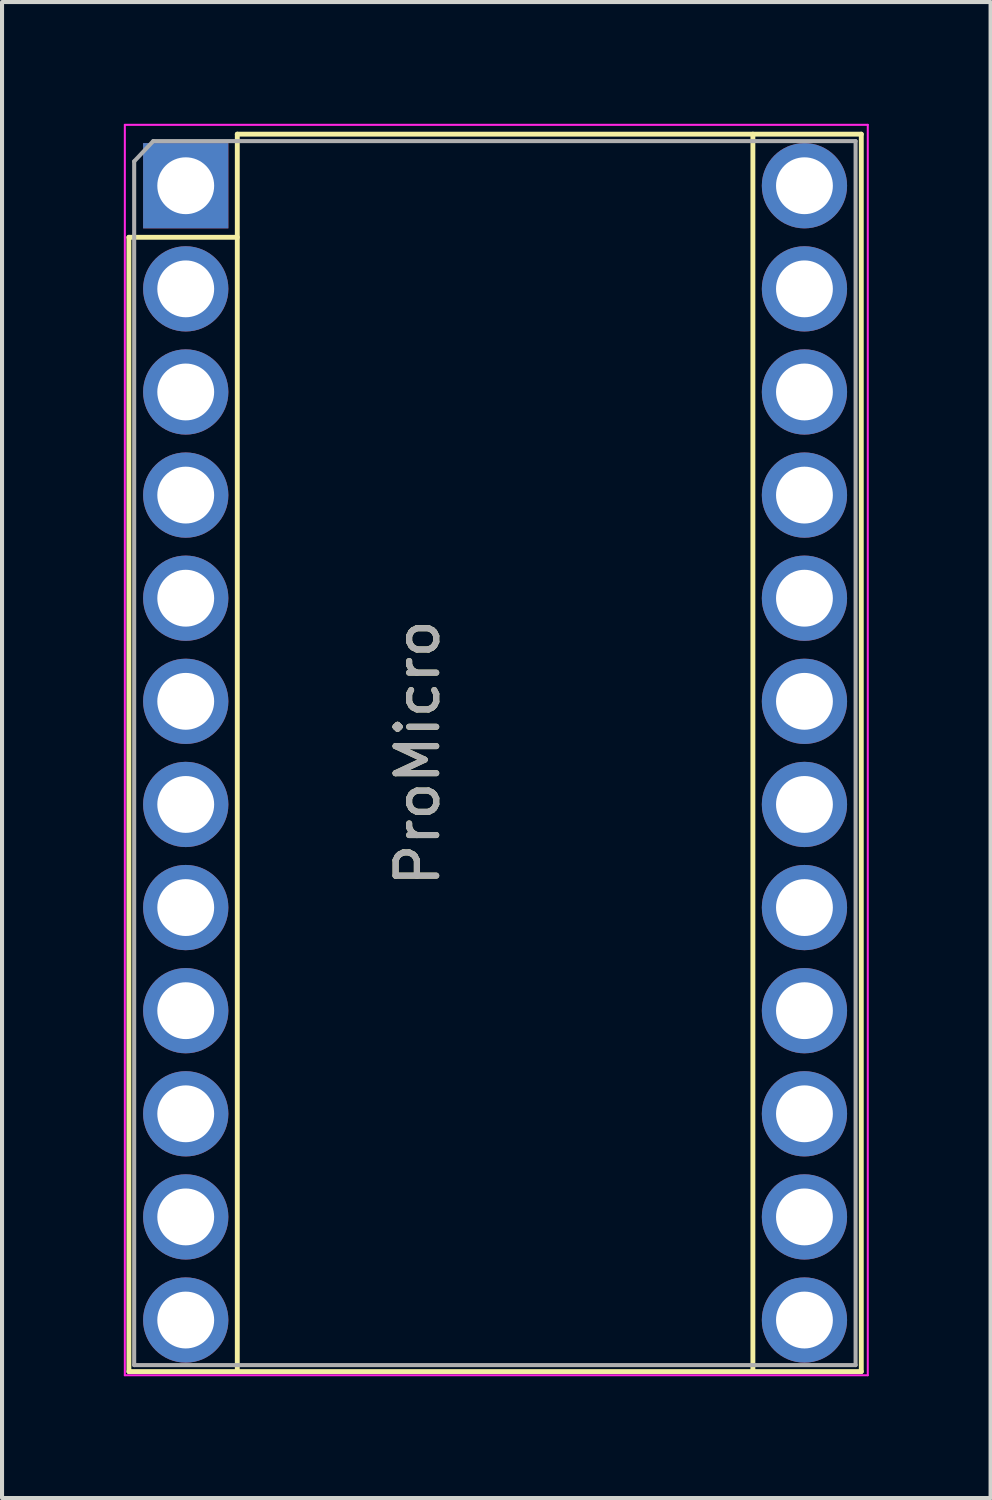
<source format=kicad_pcb>
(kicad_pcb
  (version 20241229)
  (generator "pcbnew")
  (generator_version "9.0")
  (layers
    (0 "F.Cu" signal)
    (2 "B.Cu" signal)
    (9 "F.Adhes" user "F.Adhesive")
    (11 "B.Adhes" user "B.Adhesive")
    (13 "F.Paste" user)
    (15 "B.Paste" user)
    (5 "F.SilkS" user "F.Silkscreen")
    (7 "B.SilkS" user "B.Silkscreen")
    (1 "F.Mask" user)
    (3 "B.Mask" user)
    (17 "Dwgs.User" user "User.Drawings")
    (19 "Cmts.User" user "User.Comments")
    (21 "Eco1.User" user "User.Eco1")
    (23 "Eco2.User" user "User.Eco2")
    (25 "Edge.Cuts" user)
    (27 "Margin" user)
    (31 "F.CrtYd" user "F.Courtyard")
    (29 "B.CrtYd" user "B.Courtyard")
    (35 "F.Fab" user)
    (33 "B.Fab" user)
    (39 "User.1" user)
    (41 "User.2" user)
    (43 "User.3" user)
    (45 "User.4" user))
  (footprint "ProMicro"
    (layer "F.Cu")
    (at 1.525 1.525)
    (property "Reference" "ProMicro" (at 5.715 13.97 90) (layer "F.SilkS") (effects (font (size 1 1) (thickness 0.15))))
    (attr exclude_from_pos_files exclude_from_bom)
    (fp_line (start -1.4 1.27) (end -1.4 29.21) (stroke (width 0.12) (type solid)) (layer "F.SilkS"))
    (fp_line (start -1.4 29.21) (end 16.64 29.21) (stroke (width 0.12) (type solid)) (layer "F.SilkS"))
    (fp_line (start 1.27 -1.27) (end 1.27 29.21) (stroke (width 0.12) (type solid)) (layer "F.SilkS"))
    (fp_line (start 1.27 1.27) (end -1.4 1.27) (stroke (width 0.12) (type solid)) (layer "F.SilkS"))
    (fp_line (start 13.97 -1.27) (end 13.97 29.21) (stroke (width 0.12) (type solid)) (layer "F.SilkS"))
    (fp_line (start 16.64 -1.27) (end 1.27 -1.27) (stroke (width 0.12) (type solid)) (layer "F.SilkS"))
    (fp_line (start 16.64 29.21) (end 16.64 -1.27) (stroke (width 0.12) (type solid)) (layer "F.SilkS"))
    (fp_line (start -1.5 -1.5) (end -1.5 29.3) (stroke (width 0.05) (type solid)) (layer "F.CrtYd"))
    (fp_line (start -1.5 -1.5) (end 16.8 -1.5) (stroke (width 0.05) (type solid)) (layer "F.CrtYd"))
    (fp_line (start 16.8 29.3) (end -1.5 29.3) (stroke (width 0.05) (type solid)) (layer "F.CrtYd"))
    (fp_line (start 16.8 29.3) (end 16.8 -1.5) (stroke (width 0.05) (type solid)) (layer "F.CrtYd"))
    (fp_line (start -1.27 29.05) (end -1.27 -0.6) (stroke (width 0.1) (type solid)) (layer "F.Fab"))
    (fp_line (start -0.8 -1.1) (end -1.27 -0.6) (stroke (width 0.1) (type solid)) (layer "F.Fab"))
    (fp_line (start -0.8 -1.1) (end 16.5 -1.1) (stroke (width 0.1) (type solid)) (layer "F.Fab"))
    (fp_line (start 16.5 -1.1) (end 16.5 29.05) (stroke (width 0.1) (type solid)) (layer "F.Fab"))
    (fp_line (start 16.5 29.05) (end -1.27 29.05) (stroke (width 0.1) (type solid)) (layer "F.Fab"))
    (fp_text user "${REFERENCE}" (at 5.715 13.97 90) (layer "F.Fab") (effects (font (size 1 1) (thickness 0.15))))
    (pad "1" thru_hole rect (at 0 0) (size 2.1 2.1) (drill 1.4) (layers "*.Cu" "*.Mask"))
    (pad "2" thru_hole circle (at 0 2.54) (size 2.1 2.1) (drill 1.4) (layers "*.Cu" "*.Mask"))
    (pad "3" thru_hole circle (at 0 5.08) (size 2.1 2.1) (drill 1.4) (layers "*.Cu" "*.Mask"))
    (pad "4" thru_hole circle (at 0 7.62) (size 2.1 2.1) (drill 1.4) (layers "*.Cu" "*.Mask"))
    (pad "5" thru_hole circle (at 0 10.16) (size 2.1 2.1) (drill 1.4) (layers "*.Cu" "*.Mask"))
    (pad "6" thru_hole circle (at 0 12.7) (size 2.1 2.1) (drill 1.4) (layers "*.Cu" "*.Mask"))
    (pad "7" thru_hole circle (at 0 15.24) (size 2.1 2.1) (drill 1.4) (layers "*.Cu" "*.Mask"))
    (pad "8" thru_hole circle (at 0 17.78) (size 2.1 2.1) (drill 1.4) (layers "*.Cu" "*.Mask"))
    (pad "9" thru_hole circle (at 0 20.32) (size 2.1 2.1) (drill 1.4) (layers "*.Cu" "*.Mask"))
    (pad "10" thru_hole circle (at 0 22.86) (size 2.1 2.1) (drill 1.4) (layers "*.Cu" "*.Mask"))
    (pad "11" thru_hole circle (at 0 25.4) (size 2.1 2.1) (drill 1.4) (layers "*.Cu" "*.Mask"))
    (pad "12" thru_hole circle (at 0 27.94) (size 2.1 2.1) (drill 1.4) (layers "*.Cu" "*.Mask"))
    (pad "13" thru_hole circle (at 15.24 27.94) (size 2.1 2.1) (drill 1.4) (layers "*.Cu" "*.Mask"))
    (pad "14" thru_hole circle (at 15.24 25.4) (size 2.1 2.1) (drill 1.4) (layers "*.Cu" "*.Mask"))
    (pad "15" thru_hole circle (at 15.24 22.86) (size 2.1 2.1) (drill 1.4) (layers "*.Cu" "*.Mask"))
    (pad "16" thru_hole circle (at 15.24 20.32) (size 2.1 2.1) (drill 1.4) (layers "*.Cu" "*.Mask"))
    (pad "17" thru_hole circle (at 15.24 17.78) (size 2.1 2.1) (drill 1.4) (layers "*.Cu" "*.Mask"))
    (pad "18" thru_hole circle (at 15.24 15.24) (size 2.1 2.1) (drill 1.4) (layers "*.Cu" "*.Mask"))
    (pad "19" thru_hole circle (at 15.24 12.7) (size 2.1 2.1) (drill 1.4) (layers "*.Cu" "*.Mask"))
    (pad "20" thru_hole circle (at 15.24 10.16) (size 2.1 2.1) (drill 1.4) (layers "*.Cu" "*.Mask"))
    (pad "21" thru_hole circle (at 15.24 7.62) (size 2.1 2.1) (drill 1.4) (layers "*.Cu" "*.Mask"))
    (pad "22" thru_hole circle (at 15.24 5.08) (size 2.1 2.1) (drill 1.4) (layers "*.Cu" "*.Mask"))
    (pad "23" thru_hole circle (at 15.24 2.54) (size 2.1 2.1) (drill 1.4) (layers "*.Cu" "*.Mask"))
    (pad "24" thru_hole circle (at 15.24 0) (size 2.1 2.1) (drill 1.4) (layers "*.Cu" "*.Mask")))
  (gr_rect
    (start -3 -3)
    (end 21.35 33.85)
    (stroke (width 0.1) (type default))
    (fill no)
    (layer "Edge.Cuts")))
</source>
